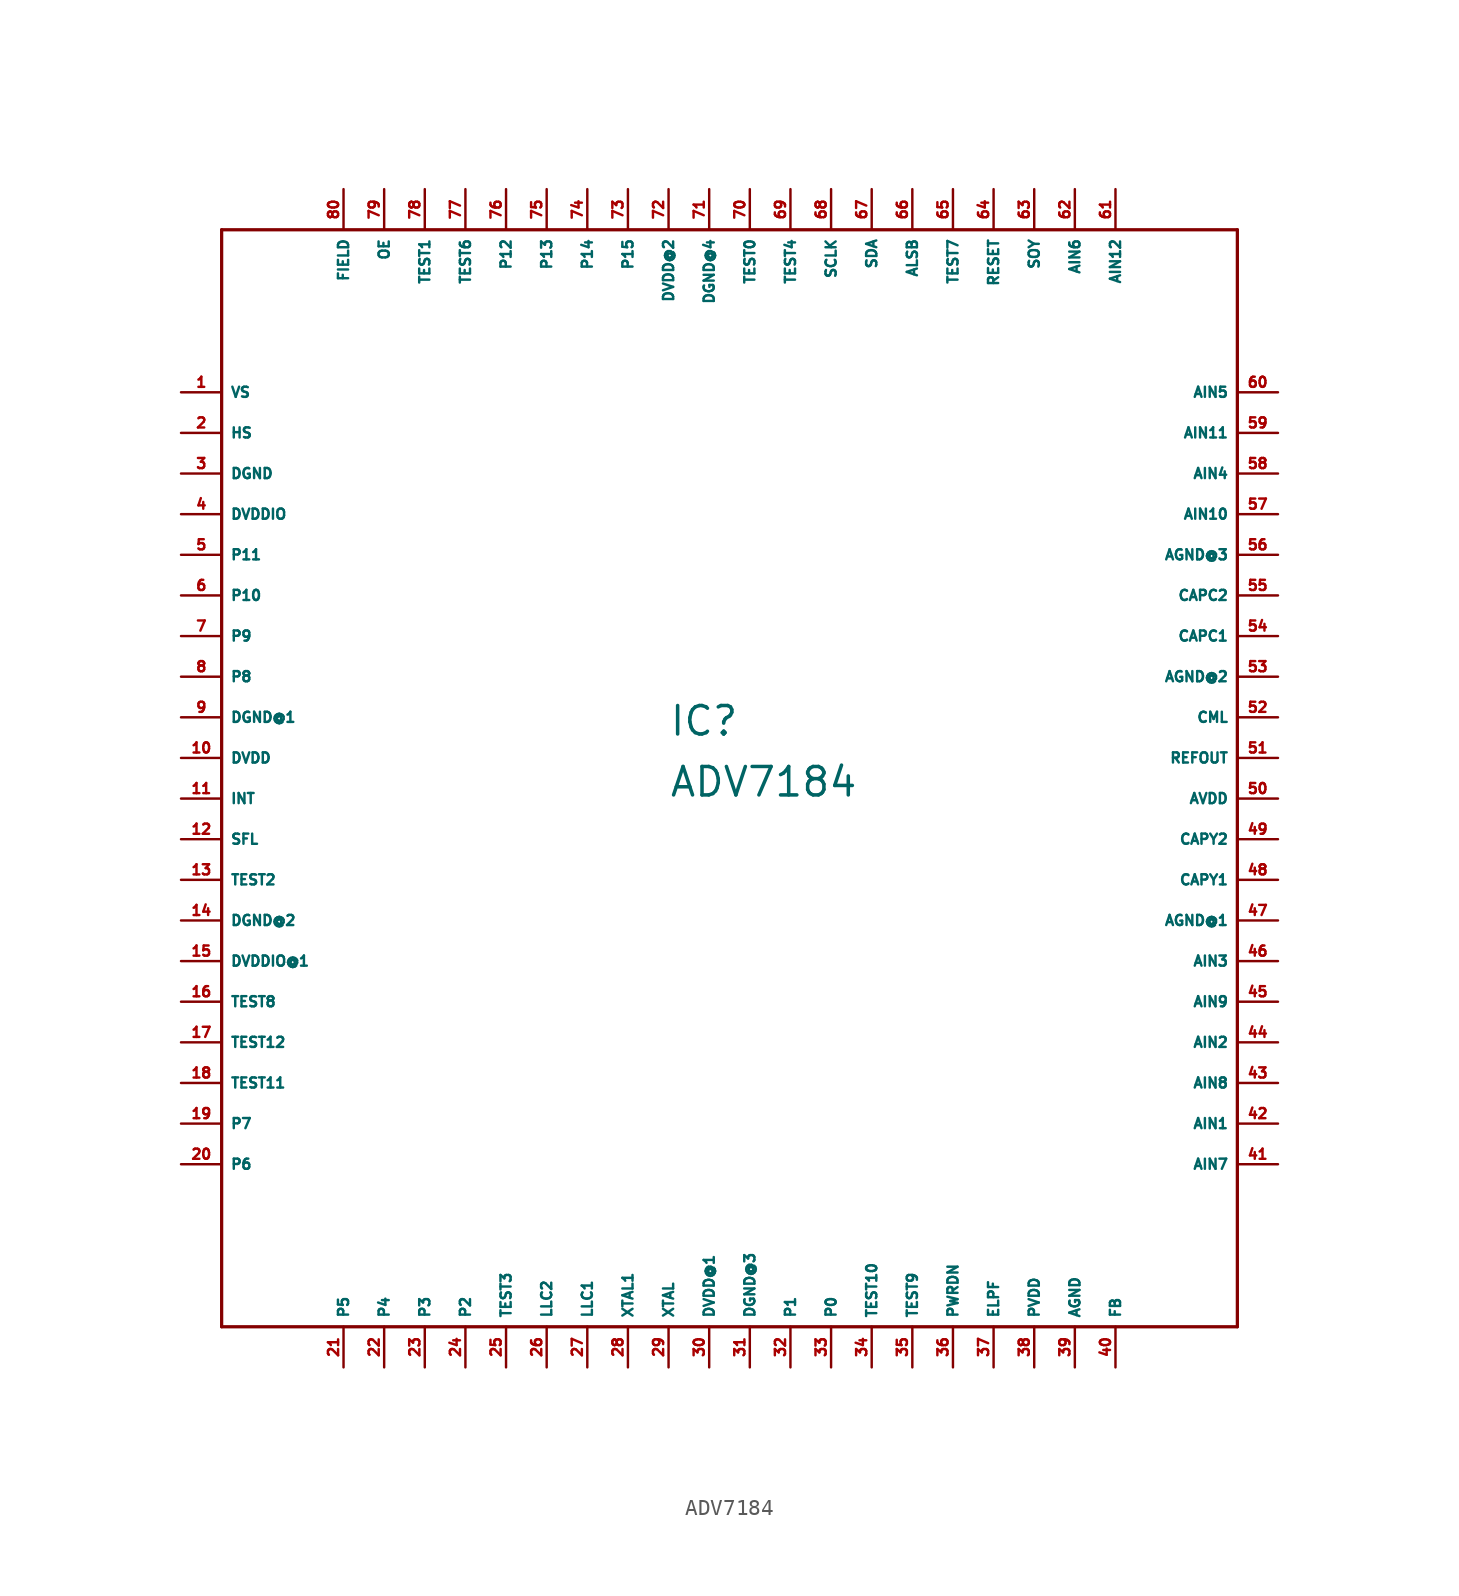
<source format=kicad_sym>
(kicad_symbol_lib
  (version 20220914)
  (generator Eagle2Kicad)
  (symbol "ADV7184"
    (property "Reference" "IC"
      (at -5.08 1.27 0)
      (effects (font (size 1.778 1.778) (thickness 0.22)) (justify left bottom)))
    (property "Value" "ADV7184"
      (at -5.08 -2.54 0)
      (effects (font (size 1.778 1.778) (thickness 0.22)) (justify left bottom)))
    (polyline
      (pts (xy -33.02 -35.56) (xy 30.48 -35.56))
      (stroke (width 0.203) (type default))
      (fill (type none)))
    (polyline
      (pts (xy 30.48 -35.56) (xy 30.48 33.02))
      (stroke (width 0.203) (type default))
      (fill (type none)))
    (polyline
      (pts (xy 30.48 33.02) (xy -33.02 33.02))
      (stroke (width 0.203) (type default))
      (fill (type none)))
    (polyline
      (pts (xy -33.02 33.02) (xy -33.02 -35.56))
      (stroke (width 0.203) (type default))
      (fill (type none)))
    (pin output line
      (at -35.56 22.86 0)
      (length 2.54)
      (name "VS" (effects (font (size 0.635 0.635) (thickness 0.08)) (justify left bottom)))
      (number "1" (effects (font (size 0.635 0.635) (thickness 0.08)) (justify left bottom))))
    (pin output line
      (at -35.56 20.32 0)
      (length 2.54)
      (name "HS" (effects (font (size 0.635 0.635) (thickness 0.08)) (justify left bottom)))
      (number "2" (effects (font (size 0.635 0.635) (thickness 0.08)) (justify left bottom))))
    (pin unspecified line
      (at -35.56 17.78 0)
      (length 2.54)
      (name "DGND" (effects (font (size 0.635 0.635) (thickness 0.08)) (justify left bottom)))
      (number "3" (effects (font (size 0.635 0.635) (thickness 0.08)) (justify left bottom))))
    (pin unspecified line
      (at -35.56 15.24 0)
      (length 2.54)
      (name "DVDDIO" (effects (font (size 0.635 0.635) (thickness 0.08)) (justify left bottom)))
      (number "4" (effects (font (size 0.635 0.635) (thickness 0.08)) (justify left bottom))))
    (pin output line
      (at -35.56 12.7 0)
      (length 2.54)
      (name "P11" (effects (font (size 0.635 0.635) (thickness 0.08)) (justify left bottom)))
      (number "5" (effects (font (size 0.635 0.635) (thickness 0.08)) (justify left bottom))))
    (pin output line
      (at -35.56 10.16 0)
      (length 2.54)
      (name "P10" (effects (font (size 0.635 0.635) (thickness 0.08)) (justify left bottom)))
      (number "6" (effects (font (size 0.635 0.635) (thickness 0.08)) (justify left bottom))))
    (pin output line
      (at -35.56 7.62 0)
      (length 2.54)
      (name "P9" (effects (font (size 0.635 0.635) (thickness 0.08)) (justify left bottom)))
      (number "7" (effects (font (size 0.635 0.635) (thickness 0.08)) (justify left bottom))))
    (pin output line
      (at -35.56 5.08 0)
      (length 2.54)
      (name "P8" (effects (font (size 0.635 0.635) (thickness 0.08)) (justify left bottom)))
      (number "8" (effects (font (size 0.635 0.635) (thickness 0.08)) (justify left bottom))))
    (pin unspecified line
      (at -35.56 2.54 0)
      (length 2.54)
      (name "DGND@1" (effects (font (size 0.635 0.635) (thickness 0.08)) (justify left bottom)))
      (number "9" (effects (font (size 0.635 0.635) (thickness 0.08)) (justify left bottom))))
    (pin unspecified line
      (at -35.56 0 0)
      (length 2.54)
      (name "DVDD" (effects (font (size 0.635 0.635) (thickness 0.08)) (justify left bottom)))
      (number "10" (effects (font (size 0.635 0.635) (thickness 0.08)) (justify left bottom))))
    (pin output line
      (at -35.56 -2.54 0)
      (length 2.54)
      (name "INT" (effects (font (size 0.635 0.635) (thickness 0.08)) (justify left bottom)))
      (number "11" (effects (font (size 0.635 0.635) (thickness 0.08)) (justify left bottom))))
    (pin output line
      (at -35.56 -5.08 0)
      (length 2.54)
      (name "SFL" (effects (font (size 0.635 0.635) (thickness 0.08)) (justify left bottom)))
      (number "12" (effects (font (size 0.635 0.635) (thickness 0.08)) (justify left bottom))))
    (pin passive line
      (at -35.56 -7.62 0)
      (length 2.54)
      (name "TEST2" (effects (font (size 0.635 0.635) (thickness 0.08)) (justify left bottom)))
      (number "13" (effects (font (size 0.635 0.635) (thickness 0.08)) (justify left bottom))))
    (pin unspecified line
      (at -35.56 -10.16 0)
      (length 2.54)
      (name "DGND@2" (effects (font (size 0.635 0.635) (thickness 0.08)) (justify left bottom)))
      (number "14" (effects (font (size 0.635 0.635) (thickness 0.08)) (justify left bottom))))
    (pin unspecified line
      (at -35.56 -12.7 0)
      (length 2.54)
      (name "DVDDIO@1" (effects (font (size 0.635 0.635) (thickness 0.08)) (justify left bottom)))
      (number "15" (effects (font (size 0.635 0.635) (thickness 0.08)) (justify left bottom))))
    (pin passive line
      (at -35.56 -15.24 0)
      (length 2.54)
      (name "TEST8" (effects (font (size 0.635 0.635) (thickness 0.08)) (justify left bottom)))
      (number "16" (effects (font (size 0.635 0.635) (thickness 0.08)) (justify left bottom))))
    (pin passive line
      (at -35.56 -17.78 0)
      (length 2.54)
      (name "TEST12" (effects (font (size 0.635 0.635) (thickness 0.08)) (justify left bottom)))
      (number "17" (effects (font (size 0.635 0.635) (thickness 0.08)) (justify left bottom))))
    (pin passive line
      (at -35.56 -20.32 0)
      (length 2.54)
      (name "TEST11" (effects (font (size 0.635 0.635) (thickness 0.08)) (justify left bottom)))
      (number "18" (effects (font (size 0.635 0.635) (thickness 0.08)) (justify left bottom))))
    (pin output line
      (at -35.56 -22.86 0)
      (length 2.54)
      (name "P7" (effects (font (size 0.635 0.635) (thickness 0.08)) (justify left bottom)))
      (number "19" (effects (font (size 0.635 0.635) (thickness 0.08)) (justify left bottom))))
    (pin output line
      (at -35.56 -25.4 0)
      (length 2.54)
      (name "P6" (effects (font (size 0.635 0.635) (thickness 0.08)) (justify left bottom)))
      (number "20" (effects (font (size 0.635 0.635) (thickness 0.08)) (justify left bottom))))
    (pin output line
      (at -25.4 -38.1 90)
      (length 2.54)
      (name "P5" (effects (font (size 0.635 0.635) (thickness 0.08)) (justify left bottom)))
      (number "21" (effects (font (size 0.635 0.635) (thickness 0.08)) (justify left bottom))))
    (pin output line
      (at -22.86 -38.1 90)
      (length 2.54)
      (name "P4" (effects (font (size 0.635 0.635) (thickness 0.08)) (justify left bottom)))
      (number "22" (effects (font (size 0.635 0.635) (thickness 0.08)) (justify left bottom))))
    (pin output line
      (at -20.32 -38.1 90)
      (length 2.54)
      (name "P3" (effects (font (size 0.635 0.635) (thickness 0.08)) (justify left bottom)))
      (number "23" (effects (font (size 0.635 0.635) (thickness 0.08)) (justify left bottom))))
    (pin output line
      (at -17.78 -38.1 90)
      (length 2.54)
      (name "P2" (effects (font (size 0.635 0.635) (thickness 0.08)) (justify left bottom)))
      (number "24" (effects (font (size 0.635 0.635) (thickness 0.08)) (justify left bottom))))
    (pin passive line
      (at -15.24 -38.1 90)
      (length 2.54)
      (name "TEST3" (effects (font (size 0.635 0.635) (thickness 0.08)) (justify left bottom)))
      (number "25" (effects (font (size 0.635 0.635) (thickness 0.08)) (justify left bottom))))
    (pin output line
      (at -12.7 -38.1 90)
      (length 2.54)
      (name "LLC2" (effects (font (size 0.635 0.635) (thickness 0.08)) (justify left bottom)))
      (number "26" (effects (font (size 0.635 0.635) (thickness 0.08)) (justify left bottom))))
    (pin output line
      (at -10.16 -38.1 90)
      (length 2.54)
      (name "LLC1" (effects (font (size 0.635 0.635) (thickness 0.08)) (justify left bottom)))
      (number "27" (effects (font (size 0.635 0.635) (thickness 0.08)) (justify left bottom))))
    (pin output line
      (at -7.62 -38.1 90)
      (length 2.54)
      (name "XTAL1" (effects (font (size 0.635 0.635) (thickness 0.08)) (justify left bottom)))
      (number "28" (effects (font (size 0.635 0.635) (thickness 0.08)) (justify left bottom))))
    (pin input line
      (at -5.08 -38.1 90)
      (length 2.54)
      (name "XTAL" (effects (font (size 0.635 0.635) (thickness 0.08)) (justify left bottom)))
      (number "29" (effects (font (size 0.635 0.635) (thickness 0.08)) (justify left bottom))))
    (pin unspecified line
      (at -2.54 -38.1 90)
      (length 2.54)
      (name "DVDD@1" (effects (font (size 0.635 0.635) (thickness 0.08)) (justify left bottom)))
      (number "30" (effects (font (size 0.635 0.635) (thickness 0.08)) (justify left bottom))))
    (pin unspecified line
      (at 0 -38.1 90)
      (length 2.54)
      (name "DGND@3" (effects (font (size 0.635 0.635) (thickness 0.08)) (justify left bottom)))
      (number "31" (effects (font (size 0.635 0.635) (thickness 0.08)) (justify left bottom))))
    (pin output line
      (at 2.54 -38.1 90)
      (length 2.54)
      (name "P1" (effects (font (size 0.635 0.635) (thickness 0.08)) (justify left bottom)))
      (number "32" (effects (font (size 0.635 0.635) (thickness 0.08)) (justify left bottom))))
    (pin output line
      (at 5.08 -38.1 90)
      (length 2.54)
      (name "P0" (effects (font (size 0.635 0.635) (thickness 0.08)) (justify left bottom)))
      (number "33" (effects (font (size 0.635 0.635) (thickness 0.08)) (justify left bottom))))
    (pin passive line
      (at 7.62 -38.1 90)
      (length 2.54)
      (name "TEST10" (effects (font (size 0.635 0.635) (thickness 0.08)) (justify left bottom)))
      (number "34" (effects (font (size 0.635 0.635) (thickness 0.08)) (justify left bottom))))
    (pin passive line
      (at 10.16 -38.1 90)
      (length 2.54)
      (name "TEST9" (effects (font (size 0.635 0.635) (thickness 0.08)) (justify left bottom)))
      (number "35" (effects (font (size 0.635 0.635) (thickness 0.08)) (justify left bottom))))
    (pin input line
      (at 12.7 -38.1 90)
      (length 2.54)
      (name "PWRDN" (effects (font (size 0.635 0.635) (thickness 0.08)) (justify left bottom)))
      (number "36" (effects (font (size 0.635 0.635) (thickness 0.08)) (justify left bottom))))
    (pin input line
      (at 15.24 -38.1 90)
      (length 2.54)
      (name "ELPF" (effects (font (size 0.635 0.635) (thickness 0.08)) (justify left bottom)))
      (number "37" (effects (font (size 0.635 0.635) (thickness 0.08)) (justify left bottom))))
    (pin unspecified line
      (at 17.78 -38.1 90)
      (length 2.54)
      (name "PVDD" (effects (font (size 0.635 0.635) (thickness 0.08)) (justify left bottom)))
      (number "38" (effects (font (size 0.635 0.635) (thickness 0.08)) (justify left bottom))))
    (pin unspecified line
      (at 20.32 -38.1 90)
      (length 2.54)
      (name "AGND" (effects (font (size 0.635 0.635) (thickness 0.08)) (justify left bottom)))
      (number "39" (effects (font (size 0.635 0.635) (thickness 0.08)) (justify left bottom))))
    (pin input line
      (at 22.86 -38.1 90)
      (length 2.54)
      (name "FB" (effects (font (size 0.635 0.635) (thickness 0.08)) (justify left bottom)))
      (number "40" (effects (font (size 0.635 0.635) (thickness 0.08)) (justify left bottom))))
    (pin input line
      (at 33.02 -25.4 180)
      (length 2.54)
      (name "AIN7" (effects (font (size 0.635 0.635) (thickness 0.08)) (justify left bottom)))
      (number "41" (effects (font (size 0.635 0.635) (thickness 0.08)) (justify left bottom))))
    (pin input line
      (at 33.02 -22.86 180)
      (length 2.54)
      (name "AIN1" (effects (font (size 0.635 0.635) (thickness 0.08)) (justify left bottom)))
      (number "42" (effects (font (size 0.635 0.635) (thickness 0.08)) (justify left bottom))))
    (pin input line
      (at 33.02 -20.32 180)
      (length 2.54)
      (name "AIN8" (effects (font (size 0.635 0.635) (thickness 0.08)) (justify left bottom)))
      (number "43" (effects (font (size 0.635 0.635) (thickness 0.08)) (justify left bottom))))
    (pin input line
      (at 33.02 -17.78 180)
      (length 2.54)
      (name "AIN2" (effects (font (size 0.635 0.635) (thickness 0.08)) (justify left bottom)))
      (number "44" (effects (font (size 0.635 0.635) (thickness 0.08)) (justify left bottom))))
    (pin input line
      (at 33.02 -15.24 180)
      (length 2.54)
      (name "AIN9" (effects (font (size 0.635 0.635) (thickness 0.08)) (justify left bottom)))
      (number "45" (effects (font (size 0.635 0.635) (thickness 0.08)) (justify left bottom))))
    (pin input line
      (at 33.02 -12.7 180)
      (length 2.54)
      (name "AIN3" (effects (font (size 0.635 0.635) (thickness 0.08)) (justify left bottom)))
      (number "46" (effects (font (size 0.635 0.635) (thickness 0.08)) (justify left bottom))))
    (pin unspecified line
      (at 33.02 -10.16 180)
      (length 2.54)
      (name "AGND@1" (effects (font (size 0.635 0.635) (thickness 0.08)) (justify left bottom)))
      (number "47" (effects (font (size 0.635 0.635) (thickness 0.08)) (justify left bottom))))
    (pin input line
      (at 33.02 -7.62 180)
      (length 2.54)
      (name "CAPY1" (effects (font (size 0.635 0.635) (thickness 0.08)) (justify left bottom)))
      (number "48" (effects (font (size 0.635 0.635) (thickness 0.08)) (justify left bottom))))
    (pin input line
      (at 33.02 -5.08 180)
      (length 2.54)
      (name "CAPY2" (effects (font (size 0.635 0.635) (thickness 0.08)) (justify left bottom)))
      (number "49" (effects (font (size 0.635 0.635) (thickness 0.08)) (justify left bottom))))
    (pin unspecified line
      (at 33.02 -2.54 180)
      (length 2.54)
      (name "AVDD" (effects (font (size 0.635 0.635) (thickness 0.08)) (justify left bottom)))
      (number "50" (effects (font (size 0.635 0.635) (thickness 0.08)) (justify left bottom))))
    (pin output line
      (at 33.02 0 180)
      (length 2.54)
      (name "REFOUT" (effects (font (size 0.635 0.635) (thickness 0.08)) (justify left bottom)))
      (number "51" (effects (font (size 0.635 0.635) (thickness 0.08)) (justify left bottom))))
    (pin output line
      (at 33.02 2.54 180)
      (length 2.54)
      (name "CML" (effects (font (size 0.635 0.635) (thickness 0.08)) (justify left bottom)))
      (number "52" (effects (font (size 0.635 0.635) (thickness 0.08)) (justify left bottom))))
    (pin unspecified line
      (at 33.02 5.08 180)
      (length 2.54)
      (name "AGND@2" (effects (font (size 0.635 0.635) (thickness 0.08)) (justify left bottom)))
      (number "53" (effects (font (size 0.635 0.635) (thickness 0.08)) (justify left bottom))))
    (pin input line
      (at 33.02 7.62 180)
      (length 2.54)
      (name "CAPC1" (effects (font (size 0.635 0.635) (thickness 0.08)) (justify left bottom)))
      (number "54" (effects (font (size 0.635 0.635) (thickness 0.08)) (justify left bottom))))
    (pin input line
      (at 33.02 10.16 180)
      (length 2.54)
      (name "CAPC2" (effects (font (size 0.635 0.635) (thickness 0.08)) (justify left bottom)))
      (number "55" (effects (font (size 0.635 0.635) (thickness 0.08)) (justify left bottom))))
    (pin unspecified line
      (at 33.02 12.7 180)
      (length 2.54)
      (name "AGND@3" (effects (font (size 0.635 0.635) (thickness 0.08)) (justify left bottom)))
      (number "56" (effects (font (size 0.635 0.635) (thickness 0.08)) (justify left bottom))))
    (pin input line
      (at 33.02 15.24 180)
      (length 2.54)
      (name "AIN10" (effects (font (size 0.635 0.635) (thickness 0.08)) (justify left bottom)))
      (number "57" (effects (font (size 0.635 0.635) (thickness 0.08)) (justify left bottom))))
    (pin input line
      (at 33.02 17.78 180)
      (length 2.54)
      (name "AIN4" (effects (font (size 0.635 0.635) (thickness 0.08)) (justify left bottom)))
      (number "58" (effects (font (size 0.635 0.635) (thickness 0.08)) (justify left bottom))))
    (pin input line
      (at 33.02 20.32 180)
      (length 2.54)
      (name "AIN11" (effects (font (size 0.635 0.635) (thickness 0.08)) (justify left bottom)))
      (number "59" (effects (font (size 0.635 0.635) (thickness 0.08)) (justify left bottom))))
    (pin input line
      (at 33.02 22.86 180)
      (length 2.54)
      (name "AIN5" (effects (font (size 0.635 0.635) (thickness 0.08)) (justify left bottom)))
      (number "60" (effects (font (size 0.635 0.635) (thickness 0.08)) (justify left bottom))))
    (pin input line
      (at 22.86 35.56 270)
      (length 2.54)
      (name "AIN12" (effects (font (size 0.635 0.635) (thickness 0.08)) (justify left bottom)))
      (number "61" (effects (font (size 0.635 0.635) (thickness 0.08)) (justify left bottom))))
    (pin input line
      (at 20.32 35.56 270)
      (length 2.54)
      (name "AIN6" (effects (font (size 0.635 0.635) (thickness 0.08)) (justify left bottom)))
      (number "62" (effects (font (size 0.635 0.635) (thickness 0.08)) (justify left bottom))))
    (pin input line
      (at 17.78 35.56 270)
      (length 2.54)
      (name "SOY" (effects (font (size 0.635 0.635) (thickness 0.08)) (justify left bottom)))
      (number "63" (effects (font (size 0.635 0.635) (thickness 0.08)) (justify left bottom))))
    (pin input line
      (at 15.24 35.56 270)
      (length 2.54)
      (name "RESET" (effects (font (size 0.635 0.635) (thickness 0.08)) (justify left bottom)))
      (number "64" (effects (font (size 0.635 0.635) (thickness 0.08)) (justify left bottom))))
    (pin passive line
      (at 12.7 35.56 270)
      (length 2.54)
      (name "TEST7" (effects (font (size 0.635 0.635) (thickness 0.08)) (justify left bottom)))
      (number "65" (effects (font (size 0.635 0.635) (thickness 0.08)) (justify left bottom))))
    (pin input line
      (at 10.16 35.56 270)
      (length 2.54)
      (name "ALSB" (effects (font (size 0.635 0.635) (thickness 0.08)) (justify left bottom)))
      (number "66" (effects (font (size 0.635 0.635) (thickness 0.08)) (justify left bottom))))
    (pin bidirectional line
      (at 7.62 35.56 270)
      (length 2.54)
      (name "SDA" (effects (font (size 0.635 0.635) (thickness 0.08)) (justify left bottom)))
      (number "67" (effects (font (size 0.635 0.635) (thickness 0.08)) (justify left bottom))))
    (pin input line
      (at 5.08 35.56 270)
      (length 2.54)
      (name "SCLK" (effects (font (size 0.635 0.635) (thickness 0.08)) (justify left bottom)))
      (number "68" (effects (font (size 0.635 0.635) (thickness 0.08)) (justify left bottom))))
    (pin passive line
      (at 2.54 35.56 270)
      (length 2.54)
      (name "TEST4" (effects (font (size 0.635 0.635) (thickness 0.08)) (justify left bottom)))
      (number "69" (effects (font (size 0.635 0.635) (thickness 0.08)) (justify left bottom))))
    (pin passive line
      (at 0 35.56 270)
      (length 2.54)
      (name "TEST0" (effects (font (size 0.635 0.635) (thickness 0.08)) (justify left bottom)))
      (number "70" (effects (font (size 0.635 0.635) (thickness 0.08)) (justify left bottom))))
    (pin unspecified line
      (at -2.54 35.56 270)
      (length 2.54)
      (name "DGND@4" (effects (font (size 0.635 0.635) (thickness 0.08)) (justify left bottom)))
      (number "71" (effects (font (size 0.635 0.635) (thickness 0.08)) (justify left bottom))))
    (pin unspecified line
      (at -5.08 35.56 270)
      (length 2.54)
      (name "DVDD@2" (effects (font (size 0.635 0.635) (thickness 0.08)) (justify left bottom)))
      (number "72" (effects (font (size 0.635 0.635) (thickness 0.08)) (justify left bottom))))
    (pin output line
      (at -7.62 35.56 270)
      (length 2.54)
      (name "P15" (effects (font (size 0.635 0.635) (thickness 0.08)) (justify left bottom)))
      (number "73" (effects (font (size 0.635 0.635) (thickness 0.08)) (justify left bottom))))
    (pin output line
      (at -10.16 35.56 270)
      (length 2.54)
      (name "P14" (effects (font (size 0.635 0.635) (thickness 0.08)) (justify left bottom)))
      (number "74" (effects (font (size 0.635 0.635) (thickness 0.08)) (justify left bottom))))
    (pin output line
      (at -12.7 35.56 270)
      (length 2.54)
      (name "P13" (effects (font (size 0.635 0.635) (thickness 0.08)) (justify left bottom)))
      (number "75" (effects (font (size 0.635 0.635) (thickness 0.08)) (justify left bottom))))
    (pin output line
      (at -15.24 35.56 270)
      (length 2.54)
      (name "P12" (effects (font (size 0.635 0.635) (thickness 0.08)) (justify left bottom)))
      (number "76" (effects (font (size 0.635 0.635) (thickness 0.08)) (justify left bottom))))
    (pin passive line
      (at -17.78 35.56 270)
      (length 2.54)
      (name "TEST6" (effects (font (size 0.635 0.635) (thickness 0.08)) (justify left bottom)))
      (number "77" (effects (font (size 0.635 0.635) (thickness 0.08)) (justify left bottom))))
    (pin passive line
      (at -20.32 35.56 270)
      (length 2.54)
      (name "TEST1" (effects (font (size 0.635 0.635) (thickness 0.08)) (justify left bottom)))
      (number "78" (effects (font (size 0.635 0.635) (thickness 0.08)) (justify left bottom))))
    (pin input line
      (at -22.86 35.56 270)
      (length 2.54)
      (name "OE" (effects (font (size 0.635 0.635) (thickness 0.08)) (justify left bottom)))
      (number "79" (effects (font (size 0.635 0.635) (thickness 0.08)) (justify left bottom))))
    (pin output line
      (at -25.4 35.56 270)
      (length 2.54)
      (name "FIELD" (effects (font (size 0.635 0.635) (thickness 0.08)) (justify left bottom)))
      (number "80" (effects (font (size 0.635 0.635) (thickness 0.08)) (justify left bottom))))))
</source>
